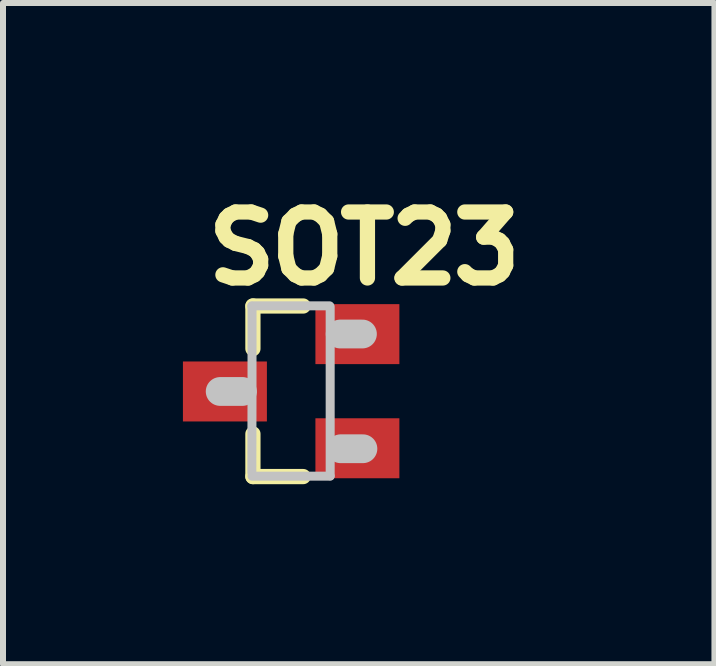
<source format=kicad_pcb>
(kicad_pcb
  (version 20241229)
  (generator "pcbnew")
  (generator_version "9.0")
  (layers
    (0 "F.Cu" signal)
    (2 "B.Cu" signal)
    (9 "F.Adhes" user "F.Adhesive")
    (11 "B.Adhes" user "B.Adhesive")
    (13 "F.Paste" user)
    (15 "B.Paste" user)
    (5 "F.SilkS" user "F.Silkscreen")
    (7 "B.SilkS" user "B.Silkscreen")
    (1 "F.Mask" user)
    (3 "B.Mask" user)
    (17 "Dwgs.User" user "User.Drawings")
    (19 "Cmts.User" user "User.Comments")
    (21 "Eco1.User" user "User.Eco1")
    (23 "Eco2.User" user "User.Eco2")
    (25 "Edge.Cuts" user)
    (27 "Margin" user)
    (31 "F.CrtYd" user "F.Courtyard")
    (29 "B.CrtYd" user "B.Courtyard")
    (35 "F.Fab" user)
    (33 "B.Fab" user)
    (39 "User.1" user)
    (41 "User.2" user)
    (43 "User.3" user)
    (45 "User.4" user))
  (footprint "SOT23"
    (layer "F.Cu")
    (at 1.802 3.474)
    (property "Reference" "SOT23" (at 1.222 -2.385 0) (layer "F.SilkS") (effects (font (size 1.1 1.1) (thickness 0.254))))
    (attr smd)
    (fp_line (start -0.635 -1.422) (end -0.635 -0.711) (stroke (width 0.254) (type solid)) (layer "F.SilkS"))
    (fp_line (start -0.635 0.711) (end -0.635 1.422) (stroke (width 0.254) (type solid)) (layer "F.SilkS"))
    (fp_line (start 0.203 -1.422) (end -0.635 -1.422) (stroke (width 0.254) (type solid)) (layer "F.SilkS"))
    (fp_line (start 0.203 1.422) (end -0.635 1.422) (stroke (width 0.254) (type solid)) (layer "F.SilkS"))
    (fp_line (start -0.81 0.003) (end -1.181 0.003) (stroke (width 0.48) (type solid)) (layer "Dwgs.User"))
    (fp_line (start -0.655 -1.425) (end 0.643 -1.425) (stroke (width 0.15) (type solid)) (layer "Dwgs.User"))
    (fp_line (start -0.65 0.005) (end -0.65 -1.417) (stroke (width 0.15) (type solid)) (layer "Dwgs.User"))
    (fp_line (start -0.65 0.008) (end -0.653 1.356) (stroke (width 0.15) (type solid)) (layer "Dwgs.User"))
    (fp_line (start 0.653 -1.41) (end 0.653 1.41) (stroke (width 0.15) (type solid)) (layer "Dwgs.User"))
    (fp_line (start 0.653 1.415) (end -0.65 1.415) (stroke (width 0.15) (type solid)) (layer "Dwgs.User"))
    (fp_line (start 1.191 -0.955) (end 0.82 -0.955) (stroke (width 0.48) (type solid)) (layer "Dwgs.User"))
    (fp_line (start 1.199 0.958) (end 0.828 0.958) (stroke (width 0.48) (type solid)) (layer "Dwgs.User"))
    (pad "1" smd rect (at 1.107 0.95) (size 1.4 1) (layers "F.Cu" "F.Mask" "F.Paste"))
    (pad "2" smd rect (at 1.107 -0.953) (size 1.4 1) (layers "F.Cu" "F.Mask" "F.Paste"))
    (pad "3" smd rect (at -1.102 0.003) (size 1.4 1) (layers "F.Cu" "F.Mask" "F.Paste")))
  (gr_rect
    (start -3 -3)
    (end 8.862 8.024)
    (stroke (width 0.1) (type default))
    (fill no)
    (layer "Edge.Cuts")))
</source>
